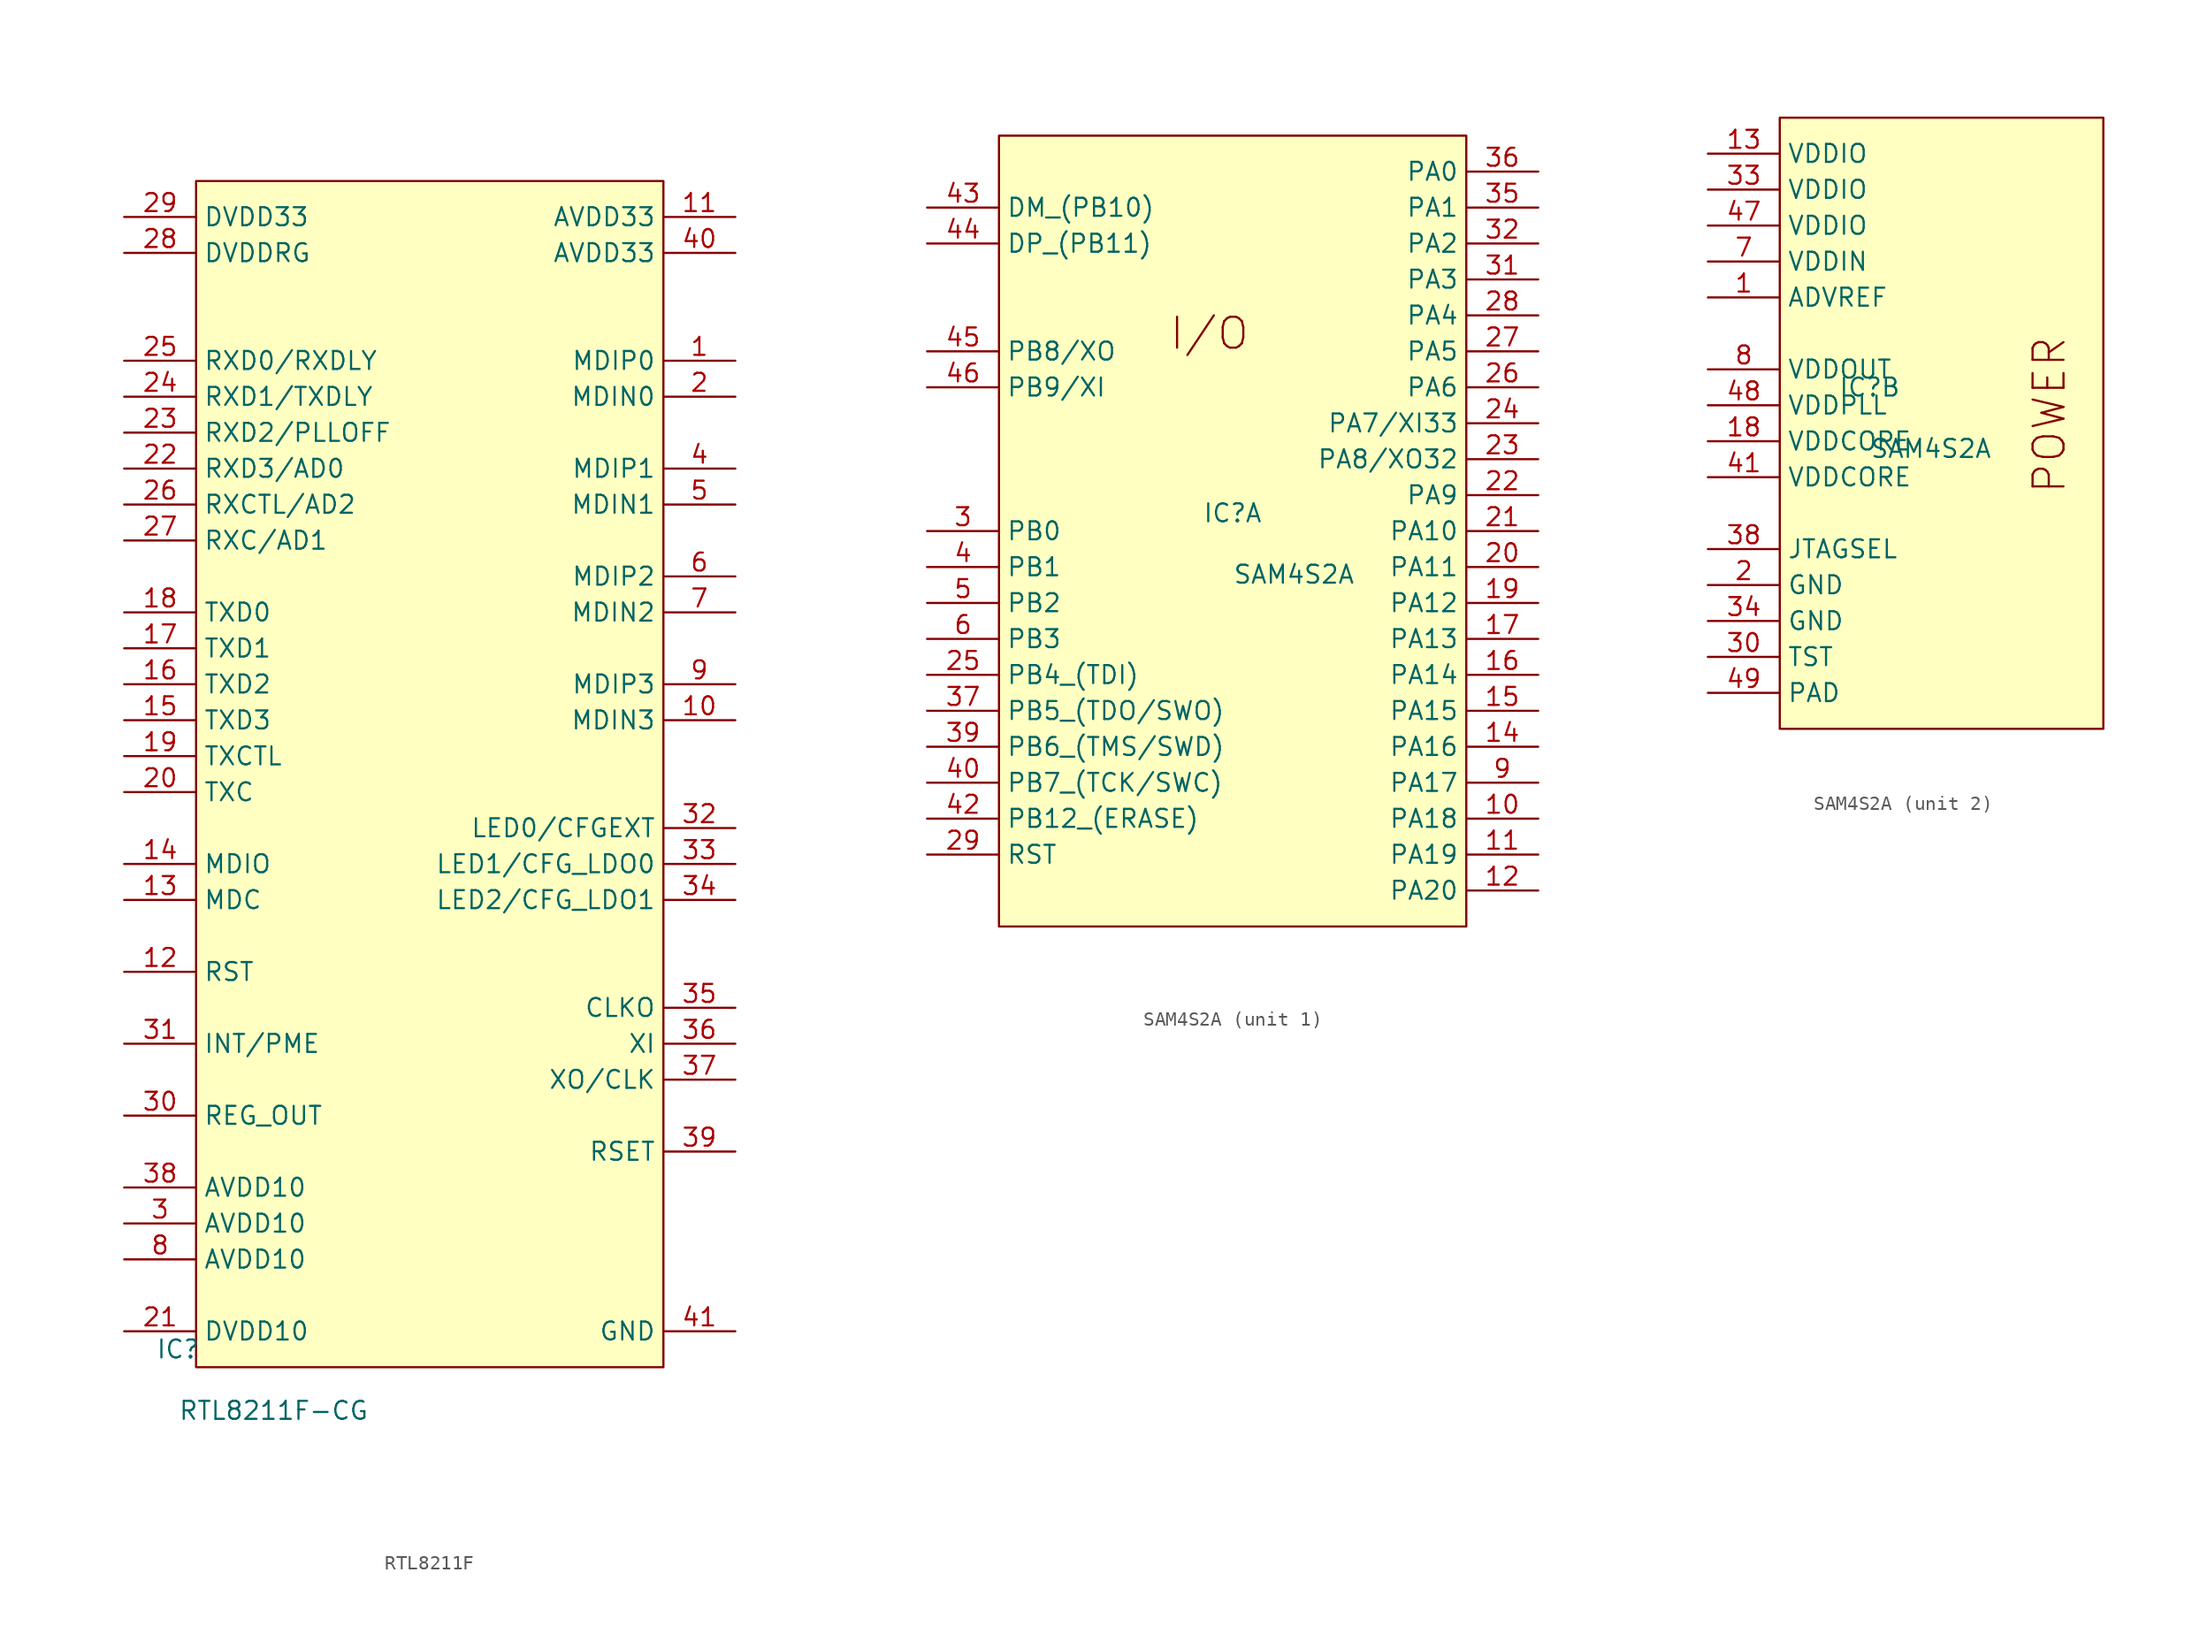
<source format=kicad_sym>
(kicad_symbol_lib
  (version 20231120)
  (generator "kicad_symbol_editor")
  (generator_version "8.0")
  (symbol "RTL8211F"
    (property "Reference" "IC"
      (at -1.27 1.27 0)
      (effects (font (size 1.27 1.27))))
    (property "Value" "RTL8211F-CG"
      (at -1.27 -3.81 0)
      (effects (font (size 1.27 1.27)) (justify left bottom)))
    (symbol "RTL8211F_1_0"
      (rectangle (start 0 83.82) (end 33.02 0) (stroke (width 0) (type solid) (color 128 0 0 1)) (fill (type background)))
      (pin bidirectional line (at 38.1 71.12 180) (length 5.08) (name "MDIP0" (effects (font (size 1.27 1.27)))) (number "1" (effects (font (size 1.27 1.27)))))
      (pin bidirectional line (at 38.1 45.72 180) (length 5.08) (name "MDIN3" (effects (font (size 1.27 1.27)))) (number "10" (effects (font (size 1.27 1.27)))))
      (pin passive line (at 38.1 81.28 180) (length 5.08) (name "AVDD33" (effects (font (size 1.27 1.27)))) (number "11" (effects (font (size 1.27 1.27)))))
      (pin input line (at -5.08 27.94 0) (length 5.08) (name "RST" (effects (font (size 1.27 1.27)))) (number "12" (effects (font (size 1.27 1.27)))))
      (pin input line (at -5.08 33.02 0) (length 5.08) (name "MDC" (effects (font (size 1.27 1.27)))) (number "13" (effects (font (size 1.27 1.27)))))
      (pin bidirectional line (at -5.08 35.56 0) (length 5.08) (name "MDIO" (effects (font (size 1.27 1.27)))) (number "14" (effects (font (size 1.27 1.27)))))
      (pin input line (at -5.08 45.72 0) (length 5.08) (name "TXD3" (effects (font (size 1.27 1.27)))) (number "15" (effects (font (size 1.27 1.27)))))
      (pin input line (at -5.08 48.26 0) (length 5.08) (name "TXD2" (effects (font (size 1.27 1.27)))) (number "16" (effects (font (size 1.27 1.27)))))
      (pin input line (at -5.08 50.8 0) (length 5.08) (name "TXD1" (effects (font (size 1.27 1.27)))) (number "17" (effects (font (size 1.27 1.27)))))
      (pin input line (at -5.08 53.34 0) (length 5.08) (name "TXD0" (effects (font (size 1.27 1.27)))) (number "18" (effects (font (size 1.27 1.27)))))
      (pin input line (at -5.08 43.18 0) (length 5.08) (name "TXCTL" (effects (font (size 1.27 1.27)))) (number "19" (effects (font (size 1.27 1.27)))))
      (pin bidirectional line (at 38.1 68.58 180) (length 5.08) (name "MDIN0" (effects (font (size 1.27 1.27)))) (number "2" (effects (font (size 1.27 1.27)))))
      (pin input line (at -5.08 40.64 0) (length 5.08) (name "TXC" (effects (font (size 1.27 1.27)))) (number "20" (effects (font (size 1.27 1.27)))))
      (pin passive line (at -5.08 2.54 0) (length 5.08) (name "DVDD10" (effects (font (size 1.27 1.27)))) (number "21" (effects (font (size 1.27 1.27)))))
      (pin bidirectional line (at -5.08 63.5 0) (length 5.08) (name "RXD3/AD0" (effects (font (size 1.27 1.27)))) (number "22" (effects (font (size 1.27 1.27)))))
      (pin bidirectional line (at -5.08 66.04 0) (length 5.08) (name "RXD2/PLLOFF" (effects (font (size 1.27 1.27)))) (number "23" (effects (font (size 1.27 1.27)))))
      (pin bidirectional line (at -5.08 68.58 0) (length 5.08) (name "RXD1/TXDLY" (effects (font (size 1.27 1.27)))) (number "24" (effects (font (size 1.27 1.27)))))
      (pin bidirectional line (at -5.08 71.12 0) (length 5.08) (name "RXD0/RXDLY" (effects (font (size 1.27 1.27)))) (number "25" (effects (font (size 1.27 1.27)))))
      (pin bidirectional line (at -5.08 60.96 0) (length 5.08) (name "RXCTL/AD2" (effects (font (size 1.27 1.27)))) (number "26" (effects (font (size 1.27 1.27)))))
      (pin bidirectional line (at -5.08 58.42 0) (length 5.08) (name "RXC/AD1" (effects (font (size 1.27 1.27)))) (number "27" (effects (font (size 1.27 1.27)))))
      (pin passive line (at -5.08 78.74 0) (length 5.08) (name "DVDDRG" (effects (font (size 1.27 1.27)))) (number "28" (effects (font (size 1.27 1.27)))))
      (pin passive line (at -5.08 81.28 0) (length 5.08) (name "DVDD33" (effects (font (size 1.27 1.27)))) (number "29" (effects (font (size 1.27 1.27)))))
      (pin passive line (at -5.08 10.16 0) (length 5.08) (name "AVDD10" (effects (font (size 1.27 1.27)))) (number "3" (effects (font (size 1.27 1.27)))))
      (pin passive line (at -5.08 17.78 0) (length 5.08) (name "REG_OUT" (effects (font (size 1.27 1.27)))) (number "30" (effects (font (size 1.27 1.27)))))
      (pin output line (at -5.08 22.86 0) (length 5.08) (name "INT/PME" (effects (font (size 1.27 1.27)))) (number "31" (effects (font (size 1.27 1.27)))))
      (pin bidirectional line (at 38.1 38.1 180) (length 5.08) (name "LED0/CFGEXT" (effects (font (size 1.27 1.27)))) (number "32" (effects (font (size 1.27 1.27)))))
      (pin bidirectional line (at 38.1 35.56 180) (length 5.08) (name "LED1/CFG_LDO0" (effects (font (size 1.27 1.27)))) (number "33" (effects (font (size 1.27 1.27)))))
      (pin bidirectional line (at 38.1 33.02 180) (length 5.08) (name "LED2/CFG_LDO1" (effects (font (size 1.27 1.27)))) (number "34" (effects (font (size 1.27 1.27)))))
      (pin output line (at 38.1 25.4 180) (length 5.08) (name "CLKO" (effects (font (size 1.27 1.27)))) (number "35" (effects (font (size 1.27 1.27)))))
      (pin input line (at 38.1 22.86 180) (length 5.08) (name "XI" (effects (font (size 1.27 1.27)))) (number "36" (effects (font (size 1.27 1.27)))))
      (pin bidirectional line (at 38.1 20.32 180) (length 5.08) (name "XO/CLK" (effects (font (size 1.27 1.27)))) (number "37" (effects (font (size 1.27 1.27)))))
      (pin passive line (at -5.08 12.7 0) (length 5.08) (name "AVDD10" (effects (font (size 1.27 1.27)))) (number "38" (effects (font (size 1.27 1.27)))))
      (pin passive line (at 38.1 15.24 180) (length 5.08) (name "RSET" (effects (font (size 1.27 1.27)))) (number "39" (effects (font (size 1.27 1.27)))))
      (pin bidirectional line (at 38.1 63.5 180) (length 5.08) (name "MDIP1" (effects (font (size 1.27 1.27)))) (number "4" (effects (font (size 1.27 1.27)))))
      (pin passive line (at 38.1 78.74 180) (length 5.08) (name "AVDD33" (effects (font (size 1.27 1.27)))) (number "40" (effects (font (size 1.27 1.27)))))
      (pin passive line (at 38.1 2.54 180) (length 5.08) (name "GND" (effects (font (size 1.27 1.27)))) (number "41" (effects (font (size 1.27 1.27)))))
      (pin bidirectional line (at 38.1 60.96 180) (length 5.08) (name "MDIN1" (effects (font (size 1.27 1.27)))) (number "5" (effects (font (size 1.27 1.27)))))
      (pin bidirectional line (at 38.1 55.88 180) (length 5.08) (name "MDIP2" (effects (font (size 1.27 1.27)))) (number "6" (effects (font (size 1.27 1.27)))))
      (pin bidirectional line (at 38.1 53.34 180) (length 5.08) (name "MDIN2" (effects (font (size 1.27 1.27)))) (number "7" (effects (font (size 1.27 1.27)))))
      (pin passive line (at -5.08 7.62 0) (length 5.08) (name "AVDD10" (effects (font (size 1.27 1.27)))) (number "8" (effects (font (size 1.27 1.27)))))
      (pin bidirectional line (at 38.1 48.26 180) (length 5.08) (name "MDIP3" (effects (font (size 1.27 1.27)))) (number "9" (effects (font (size 1.27 1.27)))))))
  (symbol "SAM4S2A"
    (property "Reference" "IC"
      (at -1.27 1.27 0)
      (effects (font (size 1.27 1.27))))
    (property "Value" "SAM4S2A"
      (at -1.27 -3.81 0)
      (effects (font (size 1.27 1.27)) (justify left bottom)))
    (symbol "SAM4S2A_1_0"
      (rectangle (start -17.78 27.94) (end 15.24 -27.94) (stroke (width 0) (type solid) (color 128 0 0 1)) (fill (type background)))
      (text "I/O" (at 0 15.24 0) (effects (font (size 2.184 2.184)) (justify right top)))
      (pin bidirectional line (at 20.32 -20.32 180) (length 5.08) (name "PA18" (effects (font (size 1.27 1.27)))) (number "10" (effects (font (size 1.27 1.27)))))
      (pin bidirectional line (at 20.32 -22.86 180) (length 5.08) (name "PA19" (effects (font (size 1.27 1.27)))) (number "11" (effects (font (size 1.27 1.27)))))
      (pin bidirectional line (at 20.32 -25.4 180) (length 5.08) (name "PA20" (effects (font (size 1.27 1.27)))) (number "12" (effects (font (size 1.27 1.27)))))
      (pin bidirectional line (at 20.32 -15.24 180) (length 5.08) (name "PA16" (effects (font (size 1.27 1.27)))) (number "14" (effects (font (size 1.27 1.27)))))
      (pin bidirectional line (at 20.32 -12.7 180) (length 5.08) (name "PA15" (effects (font (size 1.27 1.27)))) (number "15" (effects (font (size 1.27 1.27)))))
      (pin bidirectional line (at 20.32 -10.16 180) (length 5.08) (name "PA14" (effects (font (size 1.27 1.27)))) (number "16" (effects (font (size 1.27 1.27)))))
      (pin bidirectional line (at 20.32 -7.62 180) (length 5.08) (name "PA13" (effects (font (size 1.27 1.27)))) (number "17" (effects (font (size 1.27 1.27)))))
      (pin bidirectional line (at 20.32 -5.08 180) (length 5.08) (name "PA12" (effects (font (size 1.27 1.27)))) (number "19" (effects (font (size 1.27 1.27)))))
      (pin bidirectional line (at 20.32 -2.54 180) (length 5.08) (name "PA11" (effects (font (size 1.27 1.27)))) (number "20" (effects (font (size 1.27 1.27)))))
      (pin bidirectional line (at 20.32 0 180) (length 5.08) (name "PA10" (effects (font (size 1.27 1.27)))) (number "21" (effects (font (size 1.27 1.27)))))
      (pin bidirectional line (at 20.32 2.54 180) (length 5.08) (name "PA9" (effects (font (size 1.27 1.27)))) (number "22" (effects (font (size 1.27 1.27)))))
      (pin bidirectional line (at 20.32 5.08 180) (length 5.08) (name "PA8/XO32" (effects (font (size 1.27 1.27)))) (number "23" (effects (font (size 1.27 1.27)))))
      (pin bidirectional line (at 20.32 7.62 180) (length 5.08) (name "PA7/XI33" (effects (font (size 1.27 1.27)))) (number "24" (effects (font (size 1.27 1.27)))))
      (pin bidirectional line (at -22.86 -10.16 0) (length 5.08) (name "PB4_(TDI)" (effects (font (size 1.27 1.27)))) (number "25" (effects (font (size 1.27 1.27)))))
      (pin bidirectional line (at 20.32 10.16 180) (length 5.08) (name "PA6" (effects (font (size 1.27 1.27)))) (number "26" (effects (font (size 1.27 1.27)))))
      (pin bidirectional line (at 20.32 12.7 180) (length 5.08) (name "PA5" (effects (font (size 1.27 1.27)))) (number "27" (effects (font (size 1.27 1.27)))))
      (pin bidirectional line (at 20.32 15.24 180) (length 5.08) (name "PA4" (effects (font (size 1.27 1.27)))) (number "28" (effects (font (size 1.27 1.27)))))
      (pin input line (at -22.86 -22.86 0) (length 5.08) (name "RST" (effects (font (size 1.27 1.27)))) (number "29" (effects (font (size 1.27 1.27)))))
      (pin bidirectional line (at -22.86 0 0) (length 5.08) (name "PB0" (effects (font (size 1.27 1.27)))) (number "3" (effects (font (size 1.27 1.27)))))
      (pin bidirectional line (at 20.32 17.78 180) (length 5.08) (name "PA3" (effects (font (size 1.27 1.27)))) (number "31" (effects (font (size 1.27 1.27)))))
      (pin bidirectional line (at 20.32 20.32 180) (length 5.08) (name "PA2" (effects (font (size 1.27 1.27)))) (number "32" (effects (font (size 1.27 1.27)))))
      (pin bidirectional line (at 20.32 22.86 180) (length 5.08) (name "PA1" (effects (font (size 1.27 1.27)))) (number "35" (effects (font (size 1.27 1.27)))))
      (pin bidirectional line (at 20.32 25.4 180) (length 5.08) (name "PA0" (effects (font (size 1.27 1.27)))) (number "36" (effects (font (size 1.27 1.27)))))
      (pin bidirectional line (at -22.86 -12.7 0) (length 5.08) (name "PB5_(TDO/SWO)" (effects (font (size 1.27 1.27)))) (number "37" (effects (font (size 1.27 1.27)))))
      (pin bidirectional line (at -22.86 -15.24 0) (length 5.08) (name "PB6_(TMS/SWD)" (effects (font (size 1.27 1.27)))) (number "39" (effects (font (size 1.27 1.27)))))
      (pin bidirectional line (at -22.86 -2.54 0) (length 5.08) (name "PB1" (effects (font (size 1.27 1.27)))) (number "4" (effects (font (size 1.27 1.27)))))
      (pin bidirectional line (at -22.86 -17.78 0) (length 5.08) (name "PB7_(TCK/SWC)" (effects (font (size 1.27 1.27)))) (number "40" (effects (font (size 1.27 1.27)))))
      (pin bidirectional line (at -22.86 -20.32 0) (length 5.08) (name "PB12_(ERASE)" (effects (font (size 1.27 1.27)))) (number "42" (effects (font (size 1.27 1.27)))))
      (pin bidirectional line (at -22.86 22.86 0) (length 5.08) (name "DM_(PB10)" (effects (font (size 1.27 1.27)))) (number "43" (effects (font (size 1.27 1.27)))))
      (pin bidirectional line (at -22.86 20.32 0) (length 5.08) (name "DP_(PB11)" (effects (font (size 1.27 1.27)))) (number "44" (effects (font (size 1.27 1.27)))))
      (pin bidirectional line (at -22.86 12.7 0) (length 5.08) (name "PB8/XO" (effects (font (size 1.27 1.27)))) (number "45" (effects (font (size 1.27 1.27)))))
      (pin bidirectional line (at -22.86 10.16 0) (length 5.08) (name "PB9/XI" (effects (font (size 1.27 1.27)))) (number "46" (effects (font (size 1.27 1.27)))))
      (pin bidirectional line (at -22.86 -5.08 0) (length 5.08) (name "PB2" (effects (font (size 1.27 1.27)))) (number "5" (effects (font (size 1.27 1.27)))))
      (pin bidirectional line (at -22.86 -7.62 0) (length 5.08) (name "PB3" (effects (font (size 1.27 1.27)))) (number "6" (effects (font (size 1.27 1.27)))))
      (pin bidirectional line (at 20.32 -17.78 180) (length 5.08) (name "PA17" (effects (font (size 1.27 1.27)))) (number "9" (effects (font (size 1.27 1.27))))))
    (symbol "SAM4S2A_2_0"
      (rectangle (start -7.62 20.32) (end 15.24 -22.86) (stroke (width 0) (type solid) (color 128 0 0 1)) (fill (type background)))
      (text "POWER" (at 12.7 -6.35 900) (effects (font (size 2.184 2.184)) (justify left bottom)))
      (pin passive line (at -12.7 7.62 0) (length 5.08) (name "ADVREF" (effects (font (size 1.27 1.27)))) (number "1" (effects (font (size 1.27 1.27)))))
      (pin power_in line (at -12.7 17.78 0) (length 5.08) (name "VDDIO" (effects (font (size 1.27 1.27)))) (number "13" (effects (font (size 1.27 1.27)))))
      (pin power_in line (at -12.7 -2.54 0) (length 5.08) (name "VDDCORE" (effects (font (size 1.27 1.27)))) (number "18" (effects (font (size 1.27 1.27)))))
      (pin passive line (at -12.7 -12.7 0) (length 5.08) (name "GND" (effects (font (size 1.27 1.27)))) (number "2" (effects (font (size 1.27 1.27)))))
      (pin passive line (at -12.7 -17.78 0) (length 5.08) (name "TST" (effects (font (size 1.27 1.27)))) (number "30" (effects (font (size 1.27 1.27)))))
      (pin power_in line (at -12.7 15.24 0) (length 5.08) (name "VDDIO" (effects (font (size 1.27 1.27)))) (number "33" (effects (font (size 1.27 1.27)))))
      (pin power_in line (at -12.7 -15.24 0) (length 5.08) (name "GND" (effects (font (size 1.27 1.27)))) (number "34" (effects (font (size 1.27 1.27)))))
      (pin input line (at -12.7 -10.16 0) (length 5.08) (name "JTAGSEL" (effects (font (size 1.27 1.27)))) (number "38" (effects (font (size 1.27 1.27)))))
      (pin power_in line (at -12.7 -5.08 0) (length 5.08) (name "VDDCORE" (effects (font (size 1.27 1.27)))) (number "41" (effects (font (size 1.27 1.27)))))
      (pin power_in line (at -12.7 12.7 0) (length 5.08) (name "VDDIO" (effects (font (size 1.27 1.27)))) (number "47" (effects (font (size 1.27 1.27)))))
      (pin power_in line (at -12.7 0 0) (length 5.08) (name "VDDPLL" (effects (font (size 1.27 1.27)))) (number "48" (effects (font (size 1.27 1.27)))))
      (pin passive line (at -12.7 -20.32 0) (length 5.08) (name "PAD" (effects (font (size 1.27 1.27)))) (number "49" (effects (font (size 1.27 1.27)))))
      (pin passive line (at -12.7 10.16 0) (length 5.08) (name "VDDIN" (effects (font (size 1.27 1.27)))) (number "7" (effects (font (size 1.27 1.27)))))
      (pin passive line (at -12.7 2.54 0) (length 5.08) (name "VDDOUT" (effects (font (size 1.27 1.27)))) (number "8" (effects (font (size 1.27 1.27))))))))
</source>
